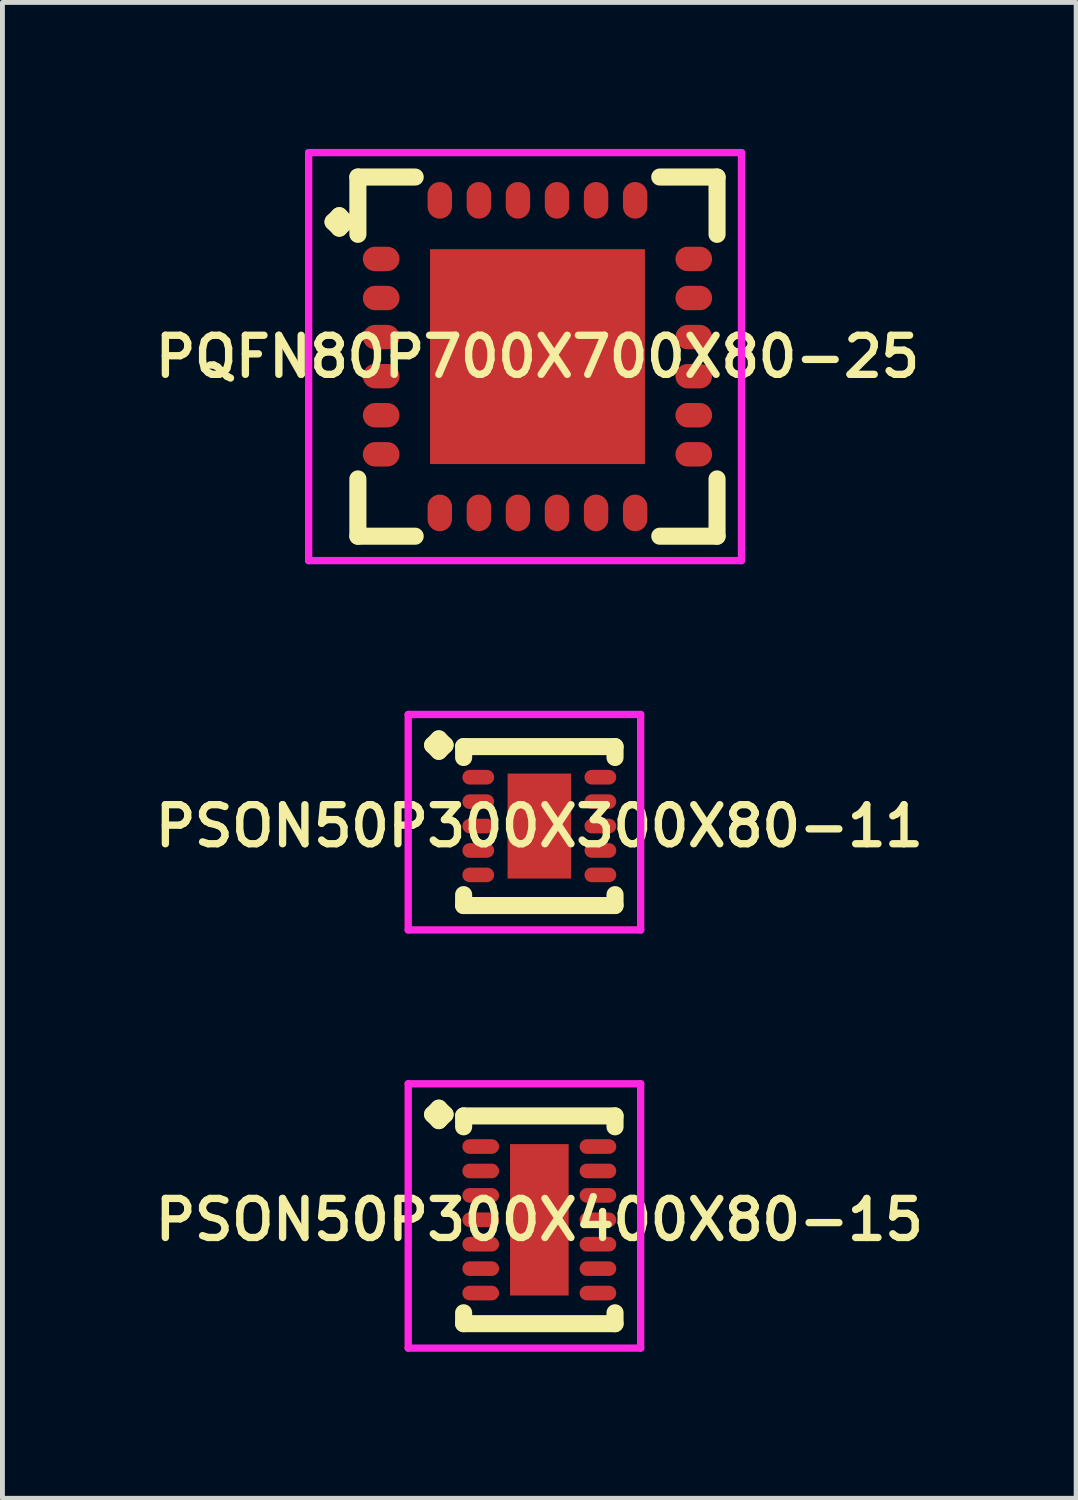
<source format=kicad_pcb>
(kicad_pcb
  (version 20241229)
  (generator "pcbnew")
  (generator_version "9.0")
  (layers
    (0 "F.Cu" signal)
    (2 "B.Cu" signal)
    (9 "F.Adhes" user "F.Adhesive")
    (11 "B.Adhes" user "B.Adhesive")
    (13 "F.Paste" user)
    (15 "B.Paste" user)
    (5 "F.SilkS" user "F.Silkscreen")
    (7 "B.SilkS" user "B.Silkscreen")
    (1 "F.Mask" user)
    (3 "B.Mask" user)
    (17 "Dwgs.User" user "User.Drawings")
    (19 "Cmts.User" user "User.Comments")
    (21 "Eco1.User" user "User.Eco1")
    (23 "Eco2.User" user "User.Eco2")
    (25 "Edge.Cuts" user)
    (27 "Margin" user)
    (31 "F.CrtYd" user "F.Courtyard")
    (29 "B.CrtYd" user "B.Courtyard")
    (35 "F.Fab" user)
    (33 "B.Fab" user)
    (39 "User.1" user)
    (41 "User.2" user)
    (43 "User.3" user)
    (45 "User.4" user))
  (footprint "PSON50P300X300X80-11"
    (layer "F.Cu")
    (at 7.993 13.864)
    (property "Reference" "PSON50P300X300X80-11" (at 0 0 0) (layer "F.SilkS") (effects (font (size 0.8 0.8) (thickness 0.15))))
    (attr smd)
    (fp_line (start -2.185 -1.658) (end -2.058 -1.785) (stroke (width 0.35) (type solid)) (layer "F.SilkS"))
    (fp_line (start -2.058 -1.785) (end -1.931 -1.658) (stroke (width 0.35) (type solid)) (layer "F.SilkS"))
    (fp_line (start -2.058 -1.531) (end -2.185 -1.658) (stroke (width 0.35) (type solid)) (layer "F.SilkS"))
    (fp_line (start -1.931 -1.658) (end -2.058 -1.531) (stroke (width 0.35) (type solid)) (layer "F.SilkS"))
    (fp_line (start -1.55 -1.627) (end 1.55 -1.627) (stroke (width 0.35) (type solid)) (layer "F.SilkS"))
    (fp_line (start -1.55 -1.404) (end -1.55 -1.627) (stroke (width 0.35) (type solid)) (layer "F.SilkS"))
    (fp_line (start -1.55 1.404) (end -1.55 1.627) (stroke (width 0.35) (type solid)) (layer "F.SilkS"))
    (fp_line (start -1.55 1.627) (end 1.55 1.627) (stroke (width 0.35) (type solid)) (layer "F.SilkS"))
    (fp_line (start 1.55 -1.627) (end 1.55 -1.404) (stroke (width 0.35) (type solid)) (layer "F.SilkS"))
    (fp_line (start 1.55 1.627) (end 1.55 1.404) (stroke (width 0.35) (type solid)) (layer "F.SilkS"))
    (fp_line (start -2.685 -2.285) (end 2.075 -2.285) (stroke (width 0.15) (type solid)) (layer "F.CrtYd"))
    (fp_line (start -2.685 2.127) (end -2.685 -2.285) (stroke (width 0.15) (type solid)) (layer "F.CrtYd"))
    (fp_line (start 2.075 -2.285) (end 2.075 2.127) (stroke (width 0.15) (type solid)) (layer "F.CrtYd"))
    (fp_line (start 2.075 2.127) (end -2.685 2.127) (stroke (width 0.15) (type solid)) (layer "F.CrtYd"))
    (pad "1" smd oval (at -1.25 -1) (size 0.65 0.3) (layers "F.Cu" "F.Mask" "F.Paste"))
    (pad "2" smd oval (at -1.25 -0.5) (size 0.65 0.3) (layers "F.Cu" "F.Mask" "F.Paste"))
    (pad "3" smd oval (at -1.25 0) (size 0.65 0.3) (layers "F.Cu" "F.Mask" "F.Paste"))
    (pad "4" smd oval (at -1.25 0.5) (size 0.65 0.3) (layers "F.Cu" "F.Mask" "F.Paste"))
    (pad "5" smd oval (at -1.25 1) (size 0.65 0.3) (layers "F.Cu" "F.Mask" "F.Paste"))
    (pad "6" smd oval (at 1.25 1) (size 0.65 0.3) (layers "F.Cu" "F.Mask" "F.Paste"))
    (pad "7" smd oval (at 1.25 0.5) (size 0.65 0.3) (layers "F.Cu" "F.Mask" "F.Paste"))
    (pad "8" smd oval (at 1.25 0) (size 0.65 0.3) (layers "F.Cu" "F.Mask" "F.Paste"))
    (pad "9" smd oval (at 1.25 -0.5) (size 0.65 0.3) (layers "F.Cu" "F.Mask" "F.Paste"))
    (pad "10" smd oval (at 1.25 -1) (size 0.65 0.3) (layers "F.Cu" "F.Mask" "F.Paste"))
    (pad "11" smd rect (at 0 0) (size 1.3 2.15) (layers "F.Cu" "F.Mask" "F.Paste")))
  (footprint "PSON50P300X400X80-15"
    (layer "F.Cu")
    (at 7.993 21.926)
    (property "Reference" "PSON50P300X400X80-15" (at 0 0 0) (layer "F.SilkS") (effects (font (size 0.8 0.8) (thickness 0.15))))
    (attr smd)
    (fp_line (start -2.185 -2.158) (end -2.058 -2.285) (stroke (width 0.35) (type solid)) (layer "F.SilkS"))
    (fp_line (start -2.058 -2.285) (end -1.931 -2.158) (stroke (width 0.35) (type solid)) (layer "F.SilkS"))
    (fp_line (start -2.058 -2.031) (end -2.185 -2.158) (stroke (width 0.35) (type solid)) (layer "F.SilkS"))
    (fp_line (start -1.931 -2.158) (end -2.058 -2.031) (stroke (width 0.35) (type solid)) (layer "F.SilkS"))
    (fp_line (start -1.55 -2.127) (end 1.55 -2.127) (stroke (width 0.35) (type solid)) (layer "F.SilkS"))
    (fp_line (start -1.55 -1.904) (end -1.55 -2.127) (stroke (width 0.35) (type solid)) (layer "F.SilkS"))
    (fp_line (start -1.55 1.904) (end -1.55 2.127) (stroke (width 0.35) (type solid)) (layer "F.SilkS"))
    (fp_line (start -1.55 2.127) (end 1.55 2.127) (stroke (width 0.35) (type solid)) (layer "F.SilkS"))
    (fp_line (start 1.55 -2.127) (end 1.55 -1.904) (stroke (width 0.35) (type solid)) (layer "F.SilkS"))
    (fp_line (start 1.55 2.127) (end 1.55 1.904) (stroke (width 0.35) (type solid)) (layer "F.SilkS"))
    (fp_line (start -2.685 -2.785) (end 2.075 -2.785) (stroke (width 0.15) (type solid)) (layer "F.CrtYd"))
    (fp_line (start -2.685 2.627) (end -2.685 -2.785) (stroke (width 0.15) (type solid)) (layer "F.CrtYd"))
    (fp_line (start 2.075 -2.785) (end 2.075 2.627) (stroke (width 0.15) (type solid)) (layer "F.CrtYd"))
    (fp_line (start 2.075 2.627) (end -2.685 2.627) (stroke (width 0.15) (type solid)) (layer "F.CrtYd"))
    (pad "1" smd oval (at -1.2 -1.5) (size 0.75 0.3) (layers "F.Cu" "F.Mask" "F.Paste"))
    (pad "2" smd oval (at -1.2 -1) (size 0.75 0.3) (layers "F.Cu" "F.Mask" "F.Paste"))
    (pad "3" smd oval (at -1.2 -0.5) (size 0.75 0.3) (layers "F.Cu" "F.Mask" "F.Paste"))
    (pad "4" smd oval (at -1.2 0) (size 0.75 0.3) (layers "F.Cu" "F.Mask" "F.Paste"))
    (pad "5" smd oval (at -1.2 0.5) (size 0.75 0.3) (layers "F.Cu" "F.Mask" "F.Paste"))
    (pad "6" smd oval (at -1.2 1) (size 0.75 0.3) (layers "F.Cu" "F.Mask" "F.Paste"))
    (pad "7" smd oval (at -1.2 1.5) (size 0.75 0.3) (layers "F.Cu" "F.Mask" "F.Paste"))
    (pad "8" smd oval (at 1.2 1.5) (size 0.75 0.3) (layers "F.Cu" "F.Mask" "F.Paste"))
    (pad "9" smd oval (at 1.2 1) (size 0.75 0.3) (layers "F.Cu" "F.Mask" "F.Paste"))
    (pad "10" smd oval (at 1.2 0.5) (size 0.75 0.3) (layers "F.Cu" "F.Mask" "F.Paste"))
    (pad "11" smd oval (at 1.2 0) (size 0.75 0.3) (layers "F.Cu" "F.Mask" "F.Paste"))
    (pad "12" smd oval (at 1.2 -0.5) (size 0.75 0.3) (layers "F.Cu" "F.Mask" "F.Paste"))
    (pad "13" smd oval (at 1.2 -1) (size 0.75 0.3) (layers "F.Cu" "F.Mask" "F.Paste"))
    (pad "14" smd oval (at 1.2 -1.5) (size 0.75 0.3) (layers "F.Cu" "F.Mask" "F.Paste"))
    (pad "15" smd rect (at 0 0) (size 1.2 3.1) (layers "F.Cu" "F.Mask" "F.Paste")))
  (footprint "PQFN80P700X700X80-25"
    (layer "F.Cu")
    (at 7.955 4.252)
    (property "Reference" "PQFN80P700X700X80-25" (at 0 0 0) (layer "F.SilkS") (effects (font (size 0.8 0.8) (thickness 0.15))))
    (attr smd)
    (fp_line (start -4.185 -2.758) (end -4.058 -2.885) (stroke (width 0.35) (type solid)) (layer "F.SilkS"))
    (fp_line (start -4.058 -2.885) (end -3.931 -2.758) (stroke (width 0.35) (type solid)) (layer "F.SilkS"))
    (fp_line (start -4.058 -2.631) (end -4.185 -2.758) (stroke (width 0.35) (type solid)) (layer "F.SilkS"))
    (fp_line (start -3.931 -2.758) (end -4.058 -2.631) (stroke (width 0.35) (type solid)) (layer "F.SilkS"))
    (fp_line (start -3.677 -3.677) (end -2.504 -3.677) (stroke (width 0.35) (type solid)) (layer "F.SilkS"))
    (fp_line (start -3.677 -2.504) (end -3.677 -3.677) (stroke (width 0.35) (type solid)) (layer "F.SilkS"))
    (fp_line (start -3.677 2.504) (end -3.677 3.677) (stroke (width 0.35) (type solid)) (layer "F.SilkS"))
    (fp_line (start -3.677 3.677) (end -2.504 3.677) (stroke (width 0.35) (type solid)) (layer "F.SilkS"))
    (fp_line (start 2.504 -3.677) (end 3.677 -3.677) (stroke (width 0.35) (type solid)) (layer "F.SilkS"))
    (fp_line (start 2.504 3.677) (end 3.677 3.677) (stroke (width 0.35) (type solid)) (layer "F.SilkS"))
    (fp_line (start 3.677 -3.677) (end 3.677 -2.504) (stroke (width 0.35) (type solid)) (layer "F.SilkS"))
    (fp_line (start 3.677 3.677) (end 3.677 2.504) (stroke (width 0.35) (type solid)) (layer "F.SilkS"))
    (fp_line (start -4.685 -4.177) (end 4.177 -4.177) (stroke (width 0.15) (type solid)) (layer "F.CrtYd"))
    (fp_line (start -4.685 4.177) (end -4.685 -4.177) (stroke (width 0.15) (type solid)) (layer "F.CrtYd"))
    (fp_line (start 4.177 -4.177) (end 4.177 4.177) (stroke (width 0.15) (type solid)) (layer "F.CrtYd"))
    (fp_line (start 4.177 4.177) (end -4.685 4.177) (stroke (width 0.15) (type solid)) (layer "F.CrtYd"))
    (pad "1" smd oval (at -3.2 -2) (size 0.75 0.5) (layers "F.Cu" "F.Mask" "F.Paste"))
    (pad "2" smd oval (at -3.2 -1.2) (size 0.75 0.5) (layers "F.Cu" "F.Mask" "F.Paste"))
    (pad "3" smd oval (at -3.2 -0.4) (size 0.75 0.5) (layers "F.Cu" "F.Mask" "F.Paste"))
    (pad "4" smd oval (at -3.2 0.4) (size 0.75 0.5) (layers "F.Cu" "F.Mask" "F.Paste"))
    (pad "5" smd oval (at -3.2 1.2) (size 0.75 0.5) (layers "F.Cu" "F.Mask" "F.Paste"))
    (pad "6" smd oval (at -3.2 2) (size 0.75 0.5) (layers "F.Cu" "F.Mask" "F.Paste"))
    (pad "7" smd oval (at -2 3.2) (size 0.5 0.75) (layers "F.Cu" "F.Mask" "F.Paste"))
    (pad "8" smd oval (at -1.2 3.2) (size 0.5 0.75) (layers "F.Cu" "F.Mask" "F.Paste"))
    (pad "9" smd oval (at -0.4 3.2) (size 0.5 0.75) (layers "F.Cu" "F.Mask" "F.Paste"))
    (pad "10" smd oval (at 0.4 3.2) (size 0.5 0.75) (layers "F.Cu" "F.Mask" "F.Paste"))
    (pad "11" smd oval (at 1.2 3.2) (size 0.5 0.75) (layers "F.Cu" "F.Mask" "F.Paste"))
    (pad "12" smd oval (at 2 3.2) (size 0.5 0.75) (layers "F.Cu" "F.Mask" "F.Paste"))
    (pad "13" smd oval (at 3.2 2) (size 0.75 0.5) (layers "F.Cu" "F.Mask" "F.Paste"))
    (pad "14" smd oval (at 3.2 1.2) (size 0.75 0.5) (layers "F.Cu" "F.Mask" "F.Paste"))
    (pad "15" smd oval (at 3.2 0.4) (size 0.75 0.5) (layers "F.Cu" "F.Mask" "F.Paste"))
    (pad "16" smd oval (at 3.2 -0.4) (size 0.75 0.5) (layers "F.Cu" "F.Mask" "F.Paste"))
    (pad "17" smd oval (at 3.2 -1.2) (size 0.75 0.5) (layers "F.Cu" "F.Mask" "F.Paste"))
    (pad "18" smd oval (at 3.2 -2) (size 0.75 0.5) (layers "F.Cu" "F.Mask" "F.Paste"))
    (pad "19" smd oval (at 2 -3.2) (size 0.5 0.75) (layers "F.Cu" "F.Mask" "F.Paste"))
    (pad "20" smd oval (at 1.2 -3.2) (size 0.5 0.75) (layers "F.Cu" "F.Mask" "F.Paste"))
    (pad "21" smd oval (at 0.4 -3.2) (size 0.5 0.75) (layers "F.Cu" "F.Mask" "F.Paste"))
    (pad "22" smd oval (at -0.4 -3.2) (size 0.5 0.75) (layers "F.Cu" "F.Mask" "F.Paste"))
    (pad "23" smd oval (at -1.2 -3.2) (size 0.5 0.75) (layers "F.Cu" "F.Mask" "F.Paste"))
    (pad "24" smd oval (at -2 -3.2) (size 0.5 0.75) (layers "F.Cu" "F.Mask" "F.Paste"))
    (pad "25" smd rect (at 0 0) (size 4.4 4.4) (layers "F.Cu" "F.Mask" "F.Paste")))
  (gr_rect
    (start -3 -3)
    (end 18.985 27.628)
    (stroke (width 0.1) (type default))
    (fill no)
    (layer "Edge.Cuts")))
</source>
